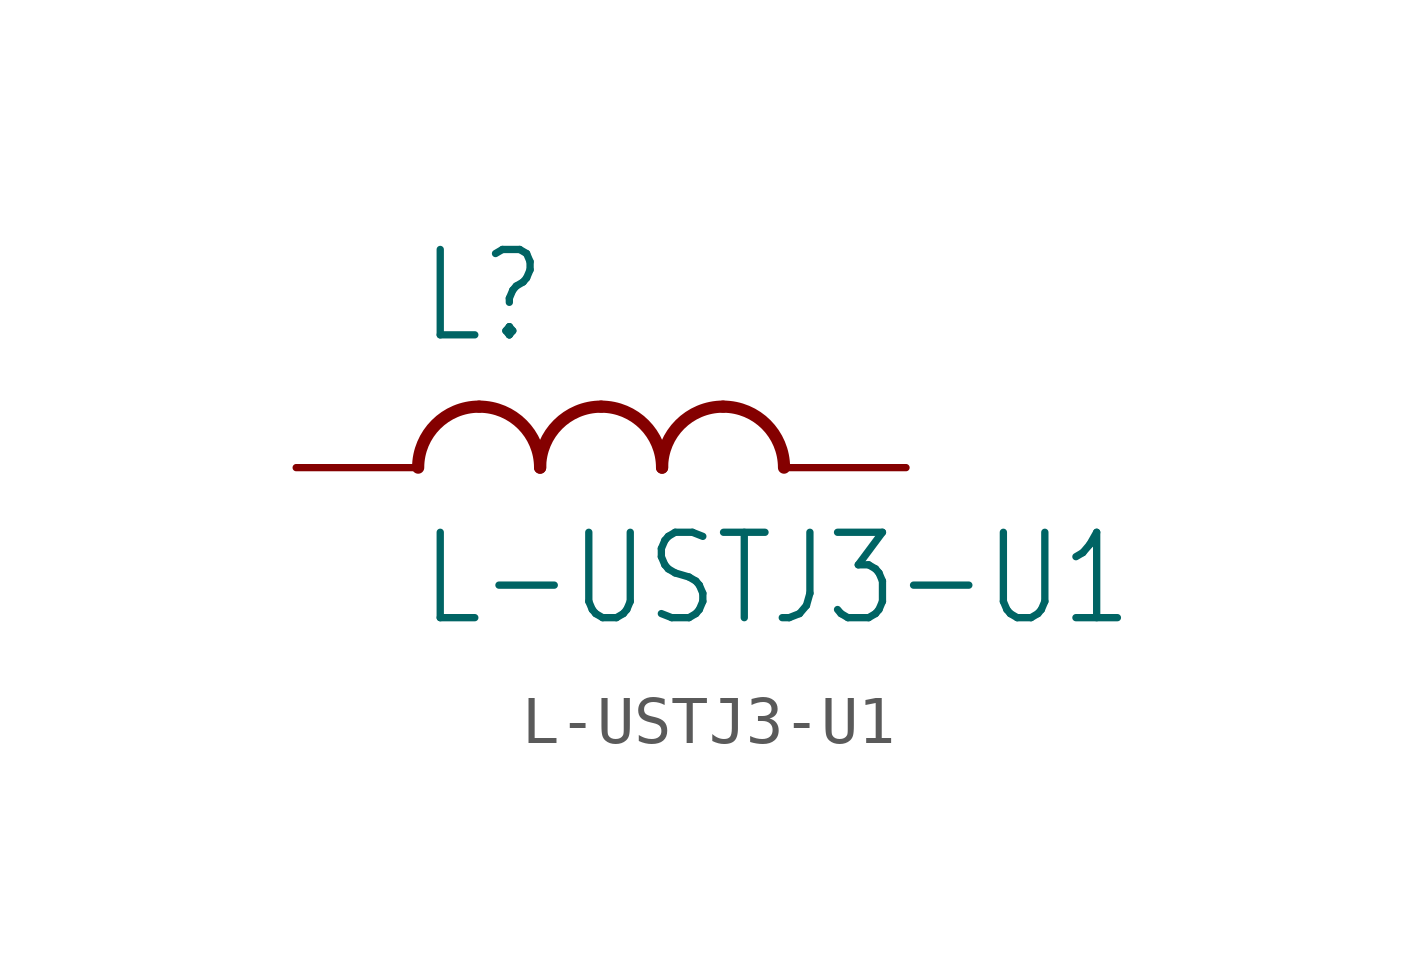
<source format=kicad_sym>
(kicad_symbol_lib
  (version 20211014)
  (generator kicad_symbol_editor)
  (symbol "L-USTJ3-U1"
    (property "Reference" "L"
      (at -5.08 2.54 0)
      (effects (font (size 1.778 1.511)) (justify left bottom)))
    (property "Value" "L-USTJ3-U1"
      (at -5.08 -1.27 0)
      (effects (font (size 1.778 1.511)) (justify left top)))
    (property "ki_locked" ""
      (at 0 0 0)
      (effects (font (size 1.27 1.27))))
    (symbol "L-USTJ3-U1_1_0"
      (arc (start -3.81 1.27) (mid -4.708 0.898) (end -5.08 0) (stroke (width 0.254) (type default) (color 0 0 0 0)) (fill (type none)))
      (arc (start -2.54 0) (mid -2.912 0.898) (end -3.81 1.27) (stroke (width 0.254) (type default) (color 0 0 0 0)) (fill (type none)))
      (arc (start -1.27 1.27) (mid -2.168 0.898) (end -2.54 0) (stroke (width 0.254) (type default) (color 0 0 0 0)) (fill (type none)))
      (arc (start 0 0) (mid -0.372 0.898) (end -1.27 1.27) (stroke (width 0.254) (type default) (color 0 0 0 0)) (fill (type none)))
      (arc (start 1.27 1.27) (mid 0.372 0.898) (end 0 0) (stroke (width 0.254) (type default) (color 0 0 0 0)) (fill (type none)))
      (arc (start 2.54 0) (mid 2.168 0.898) (end 1.27 1.27) (stroke (width 0.254) (type default) (color 0 0 0 0)) (fill (type none)))
      (pin passive line (at -7.62 0 0) (length 2.54) (name "1" (effects (font (size 0 0)))) (number "1" (effects (font (size 0 0)))))
      (pin passive line (at 5.08 0 180) (length 2.54) (name "2" (effects (font (size 0 0)))) (number "2" (effects (font (size 0 0))))))))
</source>
